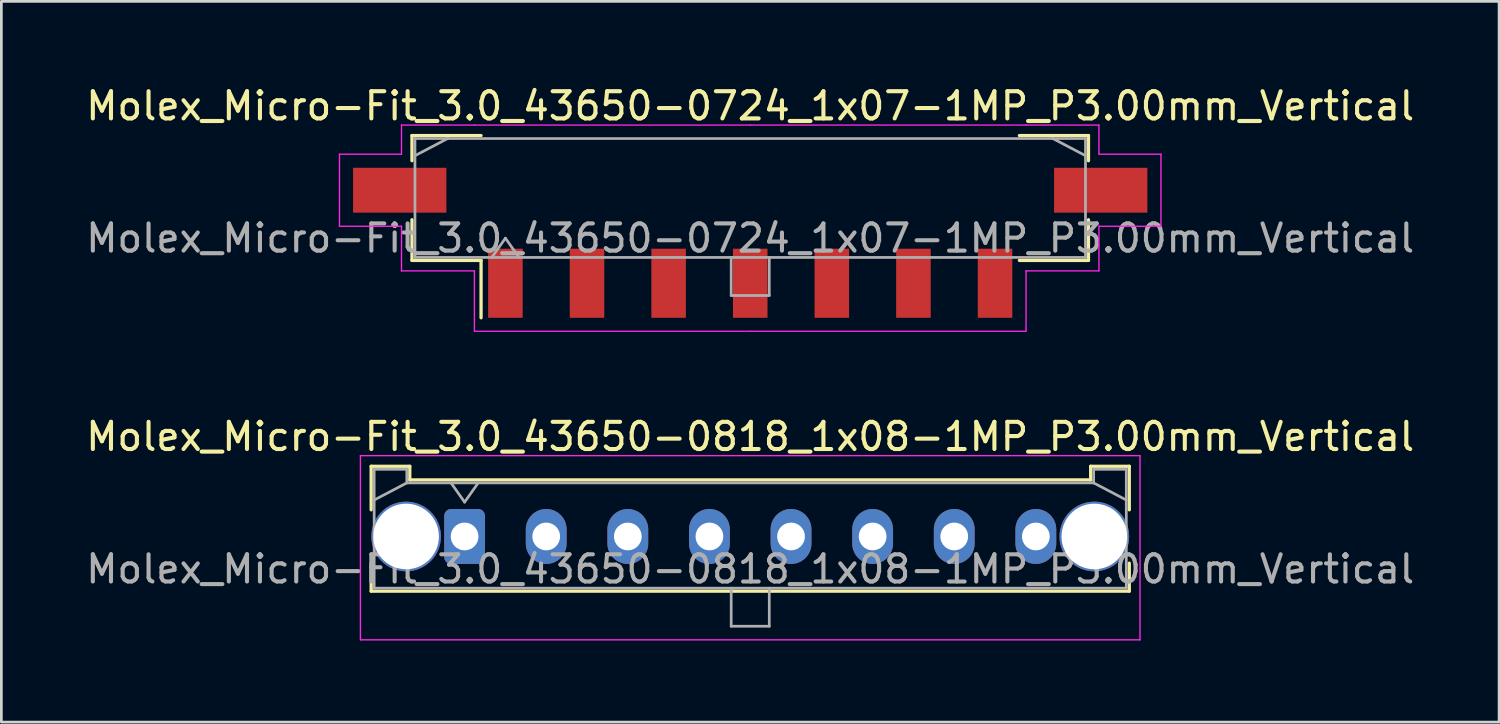
<source format=kicad_pcb>
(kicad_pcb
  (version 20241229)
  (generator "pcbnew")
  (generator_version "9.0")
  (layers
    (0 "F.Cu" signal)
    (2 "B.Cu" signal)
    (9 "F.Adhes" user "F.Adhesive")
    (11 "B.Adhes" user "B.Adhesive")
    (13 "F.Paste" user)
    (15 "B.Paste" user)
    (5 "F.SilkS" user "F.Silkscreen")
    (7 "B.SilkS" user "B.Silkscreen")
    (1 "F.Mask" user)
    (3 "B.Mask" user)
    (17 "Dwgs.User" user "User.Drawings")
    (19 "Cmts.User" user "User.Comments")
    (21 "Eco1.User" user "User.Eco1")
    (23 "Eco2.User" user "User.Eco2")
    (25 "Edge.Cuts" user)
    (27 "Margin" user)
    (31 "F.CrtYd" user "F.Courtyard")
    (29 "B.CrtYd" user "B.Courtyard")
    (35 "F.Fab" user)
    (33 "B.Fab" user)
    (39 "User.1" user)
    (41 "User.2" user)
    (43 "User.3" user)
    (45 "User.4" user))
  (footprint "Molex_Micro-Fit_3.0_43650-0724_1x07-1MP_P3.00mm_Vertical"
    (layer "F.Cu")
    (at 24.53 4.228)
    (property "Reference" "Molex_Micro-Fit_3.0_43650-0724_1x07-1MP_P3.00mm_Vertical" (at 0 -3.38 0) (layer "F.SilkS") (effects (font (size 1 1) (thickness 0.15))))
    (attr smd)
    (fp_line (start -12.435 -2.295) (end -11.015 -2.295) (stroke (width 0.12) (type solid)) (layer "F.SilkS"))
    (fp_line (start -12.435 -1.37) (end -12.435 -2.295) (stroke (width 0.12) (type solid)) (layer "F.SilkS"))
    (fp_line (start -12.435 0.8) (end -12.435 2.295) (stroke (width 0.12) (type solid)) (layer "F.SilkS"))
    (fp_line (start -12.435 2.295) (end -9.895 2.295) (stroke (width 0.12) (type solid)) (layer "F.SilkS"))
    (fp_line (start -11.015 -2.295) (end -11.015 -2.295) (stroke (width 0.12) (type solid)) (layer "F.SilkS"))
    (fp_line (start -11.015 -2.295) (end -9.895 -2.295) (stroke (width 0.12) (type solid)) (layer "F.SilkS"))
    (fp_line (start -9.895 2.295) (end -9.895 4.405) (stroke (width 0.12) (type solid)) (layer "F.SilkS"))
    (fp_line (start 11.015 -2.295) (end 9.895 -2.295) (stroke (width 0.12) (type solid)) (layer "F.SilkS"))
    (fp_line (start 11.015 -2.295) (end 11.015 -2.295) (stroke (width 0.12) (type solid)) (layer "F.SilkS"))
    (fp_line (start 12.435 -2.295) (end 11.015 -2.295) (stroke (width 0.12) (type solid)) (layer "F.SilkS"))
    (fp_line (start 12.435 -1.37) (end 12.435 -2.295) (stroke (width 0.12) (type solid)) (layer "F.SilkS"))
    (fp_line (start 12.435 0.8) (end 12.435 2.295) (stroke (width 0.12) (type solid)) (layer "F.SilkS"))
    (fp_line (start 12.435 2.295) (end 9.895 2.295) (stroke (width 0.12) (type solid)) (layer "F.SilkS"))
    (fp_line (start -15.1 -1.61) (end -15.1 1.04) (stroke (width 0.05) (type solid)) (layer "F.CrtYd"))
    (fp_line (start -15.1 1.04) (end -12.82 1.04) (stroke (width 0.05) (type solid)) (layer "F.CrtYd"))
    (fp_line (start -12.82 -2.68) (end -12.82 -1.61) (stroke (width 0.05) (type solid)) (layer "F.CrtYd"))
    (fp_line (start -12.82 -1.61) (end -15.1 -1.61) (stroke (width 0.05) (type solid)) (layer "F.CrtYd"))
    (fp_line (start -12.82 1.04) (end -12.82 2.68) (stroke (width 0.05) (type solid)) (layer "F.CrtYd"))
    (fp_line (start -12.82 2.68) (end -10.14 2.68) (stroke (width 0.05) (type solid)) (layer "F.CrtYd"))
    (fp_line (start -10.14 -2.68) (end -12.82 -2.68) (stroke (width 0.05) (type solid)) (layer "F.CrtYd"))
    (fp_line (start -10.14 2.68) (end -10.14 4.9) (stroke (width 0.05) (type solid)) (layer "F.CrtYd"))
    (fp_line (start -10.14 4.9) (end 0 4.9) (stroke (width 0.05) (type solid)) (layer "F.CrtYd"))
    (fp_line (start 0 -2.68) (end -10.14 -2.68) (stroke (width 0.05) (type solid)) (layer "F.CrtYd"))
    (fp_line (start 0 -2.68) (end 10.14 -2.68) (stroke (width 0.05) (type solid)) (layer "F.CrtYd"))
    (fp_line (start 10.14 -2.68) (end 12.82 -2.68) (stroke (width 0.05) (type solid)) (layer "F.CrtYd"))
    (fp_line (start 10.14 2.68) (end 10.14 4.9) (stroke (width 0.05) (type solid)) (layer "F.CrtYd"))
    (fp_line (start 10.14 4.9) (end 0 4.9) (stroke (width 0.05) (type solid)) (layer "F.CrtYd"))
    (fp_line (start 12.82 -2.68) (end 12.82 -1.61) (stroke (width 0.05) (type solid)) (layer "F.CrtYd"))
    (fp_line (start 12.82 -1.61) (end 15.1 -1.61) (stroke (width 0.05) (type solid)) (layer "F.CrtYd"))
    (fp_line (start 12.82 1.04) (end 12.82 2.68) (stroke (width 0.05) (type solid)) (layer "F.CrtYd"))
    (fp_line (start 12.82 2.68) (end 10.14 2.68) (stroke (width 0.05) (type solid)) (layer "F.CrtYd"))
    (fp_line (start 15.1 -1.61) (end 15.1 1.04) (stroke (width 0.05) (type solid)) (layer "F.CrtYd"))
    (fp_line (start 15.1 1.04) (end 12.82 1.04) (stroke (width 0.05) (type solid)) (layer "F.CrtYd"))
    (fp_line (start -12.325 -2.185) (end -12.325 2.185) (stroke (width 0.1) (type solid)) (layer "F.Fab"))
    (fp_line (start -12.325 -1.555) (end -11.125 -2.185) (stroke (width 0.1) (type solid)) (layer "F.Fab"))
    (fp_line (start -12.325 2.185) (end 12.325 2.185) (stroke (width 0.1) (type solid)) (layer "F.Fab"))
    (fp_line (start -11.125 -2.185) (end -12.325 -2.185) (stroke (width 0.1) (type solid)) (layer "F.Fab"))
    (fp_line (start -11.125 -2.185) (end -11.125 -2.185) (stroke (width 0.1) (type solid)) (layer "F.Fab"))
    (fp_line (start -9.5 2.185) (end -9 1.478) (stroke (width 0.1) (type solid)) (layer "F.Fab"))
    (fp_line (start -9 1.478) (end -8.5 2.185) (stroke (width 0.1) (type solid)) (layer "F.Fab"))
    (fp_line (start -0.7 2.185) (end -0.7 3.585) (stroke (width 0.1) (type solid)) (layer "F.Fab"))
    (fp_line (start -0.7 3.585) (end 0.7 3.585) (stroke (width 0.1) (type solid)) (layer "F.Fab"))
    (fp_line (start 0.7 3.585) (end 0.7 2.185) (stroke (width 0.1) (type solid)) (layer "F.Fab"))
    (fp_line (start 11.125 -2.185) (end -11.125 -2.185) (stroke (width 0.1) (type solid)) (layer "F.Fab"))
    (fp_line (start 11.125 -2.185) (end 11.125 -2.185) (stroke (width 0.1) (type solid)) (layer "F.Fab"))
    (fp_line (start 12.325 -2.185) (end 11.125 -2.185) (stroke (width 0.1) (type solid)) (layer "F.Fab"))
    (fp_line (start 12.325 -1.555) (end 11.125 -2.185) (stroke (width 0.1) (type solid)) (layer "F.Fab"))
    (fp_line (start 12.325 2.185) (end 12.325 -2.185) (stroke (width 0.1) (type solid)) (layer "F.Fab"))
    (fp_text user "${REFERENCE}" (at 0 1.48 0) (layer "F.Fab") (effects (font (size 1 1) (thickness 0.15))))
    (pad "1" smd rect (at -9 3.135) (size 1.27 2.54) (layers "F.Cu" "F.Mask" "F.Paste"))
    (pad "2" smd rect (at -6 3.135) (size 1.27 2.54) (layers "F.Cu" "F.Mask" "F.Paste"))
    (pad "3" smd rect (at -3 3.135) (size 1.27 2.54) (layers "F.Cu" "F.Mask" "F.Paste"))
    (pad "4" smd rect (at 0 3.135) (size 1.27 2.54) (layers "F.Cu" "F.Mask" "F.Paste"))
    (pad "5" smd rect (at 3 3.135) (size 1.27 2.54) (layers "F.Cu" "F.Mask" "F.Paste"))
    (pad "6" smd rect (at 6 3.135) (size 1.27 2.54) (layers "F.Cu" "F.Mask" "F.Paste"))
    (pad "7" smd rect (at 9 3.135) (size 1.27 2.54) (layers "F.Cu" "F.Mask" "F.Paste"))
    (pad "MP" smd rect (at -12.885 -0.285) (size 3.43 1.65) (layers "F.Cu" "F.Mask" "F.Paste"))
    (pad "MP" smd rect (at 12.885 -0.285) (size 3.43 1.65) (layers "F.Cu" "F.Mask" "F.Paste")))
  (footprint "Molex_Micro-Fit_3.0_43650-0818_1x08-1MP_P3.00mm_Vertical"
    (layer "F.Cu")
    (at 14.03 16.672)
    (property "Reference" "Molex_Micro-Fit_3.0_43650-0818_1x08-1MP_P3.00mm_Vertical" (at 10.5 -3.67 0) (layer "F.SilkS") (effects (font (size 1 1) (thickness 0.15))))
    (fp_line (start -3.435 -2.58) (end -2.015 -2.58) (stroke (width 0.12) (type solid)) (layer "F.SilkS"))
    (fp_line (start -3.435 -0.98) (end -3.435 -2.58) (stroke (width 0.12) (type solid)) (layer "F.SilkS"))
    (fp_line (start -3.435 0.98) (end -3.435 2.01) (stroke (width 0.12) (type solid)) (layer "F.SilkS"))
    (fp_line (start -3.435 2.01) (end 24.435 2.01) (stroke (width 0.12) (type solid)) (layer "F.SilkS"))
    (fp_line (start -2.015 -2.58) (end -2.015 -2.08) (stroke (width 0.12) (type solid)) (layer "F.SilkS"))
    (fp_line (start -2.015 -2.08) (end 23.015 -2.08) (stroke (width 0.12) (type solid)) (layer "F.SilkS"))
    (fp_line (start 23.015 -2.58) (end 24.435 -2.58) (stroke (width 0.12) (type solid)) (layer "F.SilkS"))
    (fp_line (start 23.015 -2.08) (end 23.015 -2.58) (stroke (width 0.12) (type solid)) (layer "F.SilkS"))
    (fp_line (start 24.435 -2.58) (end 24.435 -0.98) (stroke (width 0.12) (type solid)) (layer "F.SilkS"))
    (fp_line (start 24.435 2.01) (end 24.435 0.98) (stroke (width 0.12) (type solid)) (layer "F.SilkS"))
    (fp_line (start -3.83 -2.97) (end 24.83 -2.97) (stroke (width 0.05) (type solid)) (layer "F.CrtYd"))
    (fp_line (start -3.83 3.8) (end -3.83 -2.97) (stroke (width 0.05) (type solid)) (layer "F.CrtYd"))
    (fp_line (start 24.83 -2.97) (end 24.83 3.8) (stroke (width 0.05) (type solid)) (layer "F.CrtYd"))
    (fp_line (start 24.83 3.8) (end -3.83 3.8) (stroke (width 0.05) (type solid)) (layer "F.CrtYd"))
    (fp_line (start -3.325 -2.47) (end -3.325 1.9) (stroke (width 0.1) (type solid)) (layer "F.Fab"))
    (fp_line (start -3.325 -1.34) (end -2.125 -1.97) (stroke (width 0.1) (type solid)) (layer "F.Fab"))
    (fp_line (start -3.325 1.9) (end 24.325 1.9) (stroke (width 0.1) (type solid)) (layer "F.Fab"))
    (fp_line (start -2.125 -2.47) (end -3.325 -2.47) (stroke (width 0.1) (type solid)) (layer "F.Fab"))
    (fp_line (start -2.125 -1.97) (end -2.125 -2.47) (stroke (width 0.1) (type solid)) (layer "F.Fab"))
    (fp_line (start -0.5 -1.97) (end 0 -1.263) (stroke (width 0.1) (type solid)) (layer "F.Fab"))
    (fp_line (start 0 -1.263) (end 0.5 -1.97) (stroke (width 0.1) (type solid)) (layer "F.Fab"))
    (fp_line (start 9.8 1.9) (end 9.8 3.3) (stroke (width 0.1) (type solid)) (layer "F.Fab"))
    (fp_line (start 9.8 3.3) (end 11.2 3.3) (stroke (width 0.1) (type solid)) (layer "F.Fab"))
    (fp_line (start 11.2 3.3) (end 11.2 1.9) (stroke (width 0.1) (type solid)) (layer "F.Fab"))
    (fp_line (start 23.125 -2.47) (end 23.125 -1.97) (stroke (width 0.1) (type solid)) (layer "F.Fab"))
    (fp_line (start 23.125 -1.97) (end -2.125 -1.97) (stroke (width 0.1) (type solid)) (layer "F.Fab"))
    (fp_line (start 24.325 -2.47) (end 23.125 -2.47) (stroke (width 0.1) (type solid)) (layer "F.Fab"))
    (fp_line (start 24.325 -1.34) (end 23.125 -1.97) (stroke (width 0.1) (type solid)) (layer "F.Fab"))
    (fp_line (start 24.325 1.9) (end 24.325 -2.47) (stroke (width 0.1) (type solid)) (layer "F.Fab"))
    (fp_text user "${REFERENCE}" (at 10.5 1.2 0) (layer "F.Fab") (effects (font (size 1 1) (thickness 0.15))))
    (pad "1" thru_hole roundrect (at 0 0) (size 1.5 2.02) (drill 1.02) (layers "*.Cu" "*.Mask") (roundrect_rratio 0.167))
    (pad "2" thru_hole oval (at 3 0) (size 1.5 2.02) (drill 1.02) (layers "*.Cu" "*.Mask"))
    (pad "3" thru_hole oval (at 6 0) (size 1.5 2.02) (drill 1.02) (layers "*.Cu" "*.Mask"))
    (pad "4" thru_hole oval (at 9 0) (size 1.5 2.02) (drill 1.02) (layers "*.Cu" "*.Mask"))
    (pad "5" thru_hole oval (at 12 0) (size 1.5 2.02) (drill 1.02) (layers "*.Cu" "*.Mask"))
    (pad "6" thru_hole oval (at 15 0) (size 1.5 2.02) (drill 1.02) (layers "*.Cu" "*.Mask"))
    (pad "7" thru_hole oval (at 18 0) (size 1.5 2.02) (drill 1.02) (layers "*.Cu" "*.Mask"))
    (pad "8" thru_hole oval (at 21 0) (size 1.5 2.02) (drill 1.02) (layers "*.Cu" "*.Mask"))
    (pad "MP" thru_hole circle (at -2.15 0) (size 2.56 2.56) (drill 2.41) (layers "*.Cu" "*.Mask"))
    (pad "MP" thru_hole circle (at 23.15 0) (size 2.56 2.56) (drill 2.41) (layers "*.Cu" "*.Mask")))
  (gr_rect
    (start -3 -3)
    (end 52.06 23.497)
    (stroke (width 0.1) (type default))
    (fill no)
    (layer "Edge.Cuts")))
</source>
